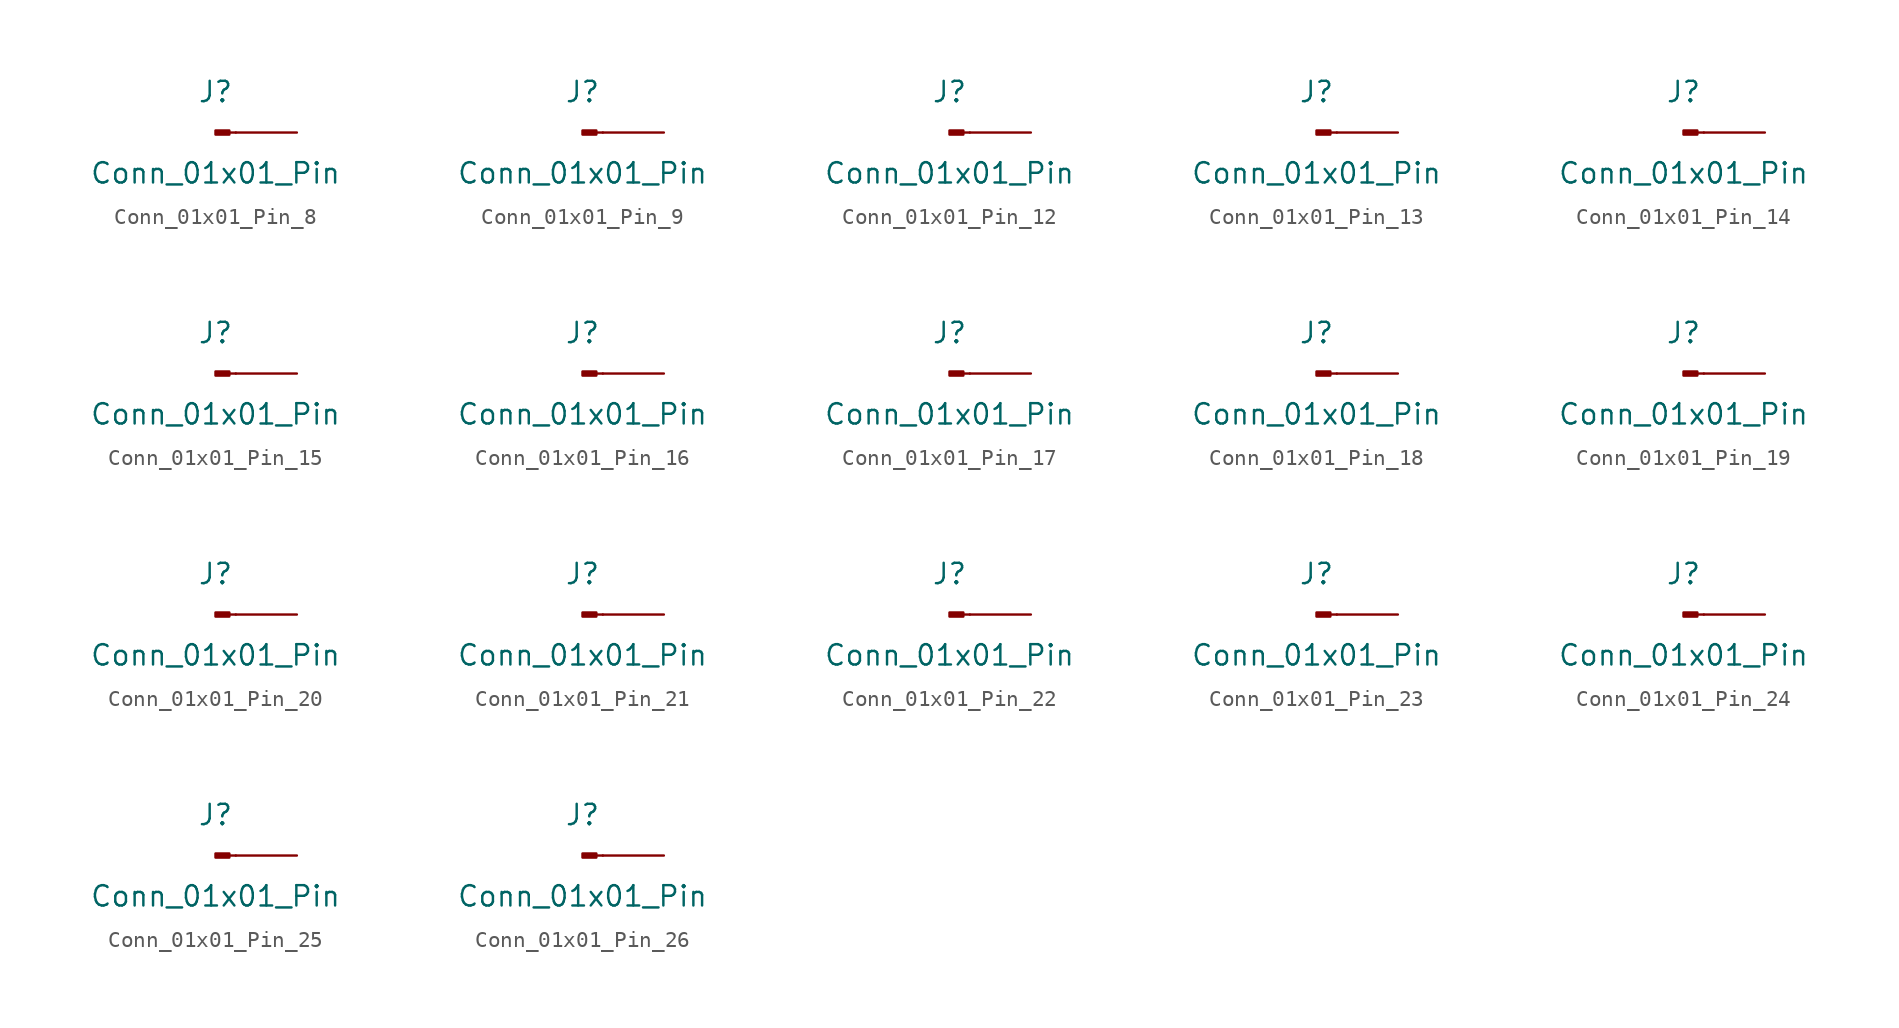
<source format=kicad_sym>
(kicad_symbol_lib
  (version 20231120)
  (generator "kicad_symbol_editor")
  (generator_version "8.0")
  (symbol "Conn_01x01_Pin_8"
    (pin_numbers hide)
    (pin_names
      (offset 1.016) hide)
    (property "Reference" "J"
      (at 0 2.54 0)
      (effects (font (size 1.27 1.27))))
    (property "Value" "Conn_01x01_Pin"
      (at 0 -2.54 0)
      (effects (font (size 1.27 1.27))))
    (property "ki_locked" ""
      (at 0 0 0)
      (effects (font (size 1.27 1.27))))
    (symbol "Conn_01x01_Pin_8_1_1"
      (polyline (pts (xy 1.27 0) (xy 0.864 0)) (stroke (width 0.152) (type default)) (fill (type none)))
      (rectangle (start 0.864 0.127) (end 0 -0.127) (stroke (width 0.152) (type default)) (fill (type outline)))
      (pin passive line (at 5.08 0 180) (length 3.81) (name "Pin_1" (effects (font (size 1.27 1.27)))) (number "1" (effects (font (size 1.27 1.27)))))))
  (symbol "Conn_01x01_Pin_9"
    (pin_numbers hide)
    (pin_names
      (offset 1.016) hide)
    (property "Reference" "J"
      (at 0 2.54 0)
      (effects (font (size 1.27 1.27))))
    (property "Value" "Conn_01x01_Pin"
      (at 0 -2.54 0)
      (effects (font (size 1.27 1.27))))
    (property "ki_locked" ""
      (at 0 0 0)
      (effects (font (size 1.27 1.27))))
    (symbol "Conn_01x01_Pin_9_1_1"
      (polyline (pts (xy 1.27 0) (xy 0.864 0)) (stroke (width 0.152) (type default)) (fill (type none)))
      (rectangle (start 0.864 0.127) (end 0 -0.127) (stroke (width 0.152) (type default)) (fill (type outline)))
      (pin passive line (at 5.08 0 180) (length 3.81) (name "Pin_1" (effects (font (size 1.27 1.27)))) (number "1" (effects (font (size 1.27 1.27)))))))
  (symbol "Conn_01x01_Pin_12"
    (pin_numbers hide)
    (pin_names
      (offset 1.016) hide)
    (property "Reference" "J"
      (at 0 2.54 0)
      (effects (font (size 1.27 1.27))))
    (property "Value" "Conn_01x01_Pin"
      (at 0 -2.54 0)
      (effects (font (size 1.27 1.27))))
    (property "ki_locked" ""
      (at 0 0 0)
      (effects (font (size 1.27 1.27))))
    (symbol "Conn_01x01_Pin_12_1_1"
      (polyline (pts (xy 1.27 0) (xy 0.864 0)) (stroke (width 0.152) (type default)) (fill (type none)))
      (rectangle (start 0.864 0.127) (end 0 -0.127) (stroke (width 0.152) (type default)) (fill (type outline)))
      (pin passive line (at 5.08 0 180) (length 3.81) (name "Pin_1" (effects (font (size 1.27 1.27)))) (number "1" (effects (font (size 1.27 1.27)))))))
  (symbol "Conn_01x01_Pin_13"
    (pin_numbers hide)
    (pin_names
      (offset 1.016) hide)
    (property "Reference" "J"
      (at 0 2.54 0)
      (effects (font (size 1.27 1.27))))
    (property "Value" "Conn_01x01_Pin"
      (at 0 -2.54 0)
      (effects (font (size 1.27 1.27))))
    (property "ki_locked" ""
      (at 0 0 0)
      (effects (font (size 1.27 1.27))))
    (symbol "Conn_01x01_Pin_13_1_1"
      (polyline (pts (xy 1.27 0) (xy 0.864 0)) (stroke (width 0.152) (type default)) (fill (type none)))
      (rectangle (start 0.864 0.127) (end 0 -0.127) (stroke (width 0.152) (type default)) (fill (type outline)))
      (pin passive line (at 5.08 0 180) (length 3.81) (name "Pin_1" (effects (font (size 1.27 1.27)))) (number "1" (effects (font (size 1.27 1.27)))))))
  (symbol "Conn_01x01_Pin_14"
    (pin_numbers hide)
    (pin_names
      (offset 1.016) hide)
    (property "Reference" "J"
      (at 0 2.54 0)
      (effects (font (size 1.27 1.27))))
    (property "Value" "Conn_01x01_Pin"
      (at 0 -2.54 0)
      (effects (font (size 1.27 1.27))))
    (property "ki_locked" ""
      (at 0 0 0)
      (effects (font (size 1.27 1.27))))
    (symbol "Conn_01x01_Pin_14_1_1"
      (polyline (pts (xy 1.27 0) (xy 0.864 0)) (stroke (width 0.152) (type default)) (fill (type none)))
      (rectangle (start 0.864 0.127) (end 0 -0.127) (stroke (width 0.152) (type default)) (fill (type outline)))
      (pin passive line (at 5.08 0 180) (length 3.81) (name "Pin_1" (effects (font (size 1.27 1.27)))) (number "1" (effects (font (size 1.27 1.27)))))))
  (symbol "Conn_01x01_Pin_15"
    (pin_numbers hide)
    (pin_names
      (offset 1.016) hide)
    (property "Reference" "J"
      (at 0 2.54 0)
      (effects (font (size 1.27 1.27))))
    (property "Value" "Conn_01x01_Pin"
      (at 0 -2.54 0)
      (effects (font (size 1.27 1.27))))
    (property "ki_locked" ""
      (at 0 0 0)
      (effects (font (size 1.27 1.27))))
    (symbol "Conn_01x01_Pin_15_1_1"
      (polyline (pts (xy 1.27 0) (xy 0.864 0)) (stroke (width 0.152) (type default)) (fill (type none)))
      (rectangle (start 0.864 0.127) (end 0 -0.127) (stroke (width 0.152) (type default)) (fill (type outline)))
      (pin passive line (at 5.08 0 180) (length 3.81) (name "Pin_1" (effects (font (size 1.27 1.27)))) (number "1" (effects (font (size 1.27 1.27)))))))
  (symbol "Conn_01x01_Pin_16"
    (pin_numbers hide)
    (pin_names
      (offset 1.016) hide)
    (property "Reference" "J"
      (at 0 2.54 0)
      (effects (font (size 1.27 1.27))))
    (property "Value" "Conn_01x01_Pin"
      (at 0 -2.54 0)
      (effects (font (size 1.27 1.27))))
    (property "ki_locked" ""
      (at 0 0 0)
      (effects (font (size 1.27 1.27))))
    (symbol "Conn_01x01_Pin_16_1_1"
      (polyline (pts (xy 1.27 0) (xy 0.864 0)) (stroke (width 0.152) (type default)) (fill (type none)))
      (rectangle (start 0.864 0.127) (end 0 -0.127) (stroke (width 0.152) (type default)) (fill (type outline)))
      (pin passive line (at 5.08 0 180) (length 3.81) (name "Pin_1" (effects (font (size 1.27 1.27)))) (number "1" (effects (font (size 1.27 1.27)))))))
  (symbol "Conn_01x01_Pin_17"
    (pin_numbers hide)
    (pin_names
      (offset 1.016) hide)
    (property "Reference" "J"
      (at 0 2.54 0)
      (effects (font (size 1.27 1.27))))
    (property "Value" "Conn_01x01_Pin"
      (at 0 -2.54 0)
      (effects (font (size 1.27 1.27))))
    (property "ki_locked" ""
      (at 0 0 0)
      (effects (font (size 1.27 1.27))))
    (symbol "Conn_01x01_Pin_17_1_1"
      (polyline (pts (xy 1.27 0) (xy 0.864 0)) (stroke (width 0.152) (type default)) (fill (type none)))
      (rectangle (start 0.864 0.127) (end 0 -0.127) (stroke (width 0.152) (type default)) (fill (type outline)))
      (pin passive line (at 5.08 0 180) (length 3.81) (name "Pin_1" (effects (font (size 1.27 1.27)))) (number "1" (effects (font (size 1.27 1.27)))))))
  (symbol "Conn_01x01_Pin_18"
    (pin_numbers hide)
    (pin_names
      (offset 1.016) hide)
    (property "Reference" "J"
      (at 0 2.54 0)
      (effects (font (size 1.27 1.27))))
    (property "Value" "Conn_01x01_Pin"
      (at 0 -2.54 0)
      (effects (font (size 1.27 1.27))))
    (property "ki_locked" ""
      (at 0 0 0)
      (effects (font (size 1.27 1.27))))
    (symbol "Conn_01x01_Pin_18_1_1"
      (polyline (pts (xy 1.27 0) (xy 0.864 0)) (stroke (width 0.152) (type default)) (fill (type none)))
      (rectangle (start 0.864 0.127) (end 0 -0.127) (stroke (width 0.152) (type default)) (fill (type outline)))
      (pin passive line (at 5.08 0 180) (length 3.81) (name "Pin_1" (effects (font (size 1.27 1.27)))) (number "1" (effects (font (size 1.27 1.27)))))))
  (symbol "Conn_01x01_Pin_19"
    (pin_numbers hide)
    (pin_names
      (offset 1.016) hide)
    (property "Reference" "J"
      (at 0 2.54 0)
      (effects (font (size 1.27 1.27))))
    (property "Value" "Conn_01x01_Pin"
      (at 0 -2.54 0)
      (effects (font (size 1.27 1.27))))
    (property "ki_locked" ""
      (at 0 0 0)
      (effects (font (size 1.27 1.27))))
    (symbol "Conn_01x01_Pin_19_1_1"
      (polyline (pts (xy 1.27 0) (xy 0.864 0)) (stroke (width 0.152) (type default)) (fill (type none)))
      (rectangle (start 0.864 0.127) (end 0 -0.127) (stroke (width 0.152) (type default)) (fill (type outline)))
      (pin passive line (at 5.08 0 180) (length 3.81) (name "Pin_1" (effects (font (size 1.27 1.27)))) (number "1" (effects (font (size 1.27 1.27)))))))
  (symbol "Conn_01x01_Pin_20"
    (pin_numbers hide)
    (pin_names
      (offset 1.016) hide)
    (property "Reference" "J"
      (at 0 2.54 0)
      (effects (font (size 1.27 1.27))))
    (property "Value" "Conn_01x01_Pin"
      (at 0 -2.54 0)
      (effects (font (size 1.27 1.27))))
    (property "ki_locked" ""
      (at 0 0 0)
      (effects (font (size 1.27 1.27))))
    (symbol "Conn_01x01_Pin_20_1_1"
      (polyline (pts (xy 1.27 0) (xy 0.864 0)) (stroke (width 0.152) (type default)) (fill (type none)))
      (rectangle (start 0.864 0.127) (end 0 -0.127) (stroke (width 0.152) (type default)) (fill (type outline)))
      (pin passive line (at 5.08 0 180) (length 3.81) (name "Pin_1" (effects (font (size 1.27 1.27)))) (number "1" (effects (font (size 1.27 1.27)))))))
  (symbol "Conn_01x01_Pin_21"
    (pin_numbers hide)
    (pin_names
      (offset 1.016) hide)
    (property "Reference" "J"
      (at 0 2.54 0)
      (effects (font (size 1.27 1.27))))
    (property "Value" "Conn_01x01_Pin"
      (at 0 -2.54 0)
      (effects (font (size 1.27 1.27))))
    (property "ki_locked" ""
      (at 0 0 0)
      (effects (font (size 1.27 1.27))))
    (symbol "Conn_01x01_Pin_21_1_1"
      (polyline (pts (xy 1.27 0) (xy 0.864 0)) (stroke (width 0.152) (type default)) (fill (type none)))
      (rectangle (start 0.864 0.127) (end 0 -0.127) (stroke (width 0.152) (type default)) (fill (type outline)))
      (pin passive line (at 5.08 0 180) (length 3.81) (name "Pin_1" (effects (font (size 1.27 1.27)))) (number "1" (effects (font (size 1.27 1.27)))))))
  (symbol "Conn_01x01_Pin_22"
    (pin_numbers hide)
    (pin_names
      (offset 1.016) hide)
    (property "Reference" "J"
      (at 0 2.54 0)
      (effects (font (size 1.27 1.27))))
    (property "Value" "Conn_01x01_Pin"
      (at 0 -2.54 0)
      (effects (font (size 1.27 1.27))))
    (property "ki_locked" ""
      (at 0 0 0)
      (effects (font (size 1.27 1.27))))
    (symbol "Conn_01x01_Pin_22_1_1"
      (polyline (pts (xy 1.27 0) (xy 0.864 0)) (stroke (width 0.152) (type default)) (fill (type none)))
      (rectangle (start 0.864 0.127) (end 0 -0.127) (stroke (width 0.152) (type default)) (fill (type outline)))
      (pin passive line (at 5.08 0 180) (length 3.81) (name "Pin_1" (effects (font (size 1.27 1.27)))) (number "1" (effects (font (size 1.27 1.27)))))))
  (symbol "Conn_01x01_Pin_23"
    (pin_numbers hide)
    (pin_names
      (offset 1.016) hide)
    (property "Reference" "J"
      (at 0 2.54 0)
      (effects (font (size 1.27 1.27))))
    (property "Value" "Conn_01x01_Pin"
      (at 0 -2.54 0)
      (effects (font (size 1.27 1.27))))
    (property "ki_locked" ""
      (at 0 0 0)
      (effects (font (size 1.27 1.27))))
    (symbol "Conn_01x01_Pin_23_1_1"
      (polyline (pts (xy 1.27 0) (xy 0.864 0)) (stroke (width 0.152) (type default)) (fill (type none)))
      (rectangle (start 0.864 0.127) (end 0 -0.127) (stroke (width 0.152) (type default)) (fill (type outline)))
      (pin passive line (at 5.08 0 180) (length 3.81) (name "Pin_1" (effects (font (size 1.27 1.27)))) (number "1" (effects (font (size 1.27 1.27)))))))
  (symbol "Conn_01x01_Pin_24"
    (pin_numbers hide)
    (pin_names
      (offset 1.016) hide)
    (property "Reference" "J"
      (at 0 2.54 0)
      (effects (font (size 1.27 1.27))))
    (property "Value" "Conn_01x01_Pin"
      (at 0 -2.54 0)
      (effects (font (size 1.27 1.27))))
    (property "ki_locked" ""
      (at 0 0 0)
      (effects (font (size 1.27 1.27))))
    (symbol "Conn_01x01_Pin_24_1_1"
      (polyline (pts (xy 1.27 0) (xy 0.864 0)) (stroke (width 0.152) (type default)) (fill (type none)))
      (rectangle (start 0.864 0.127) (end 0 -0.127) (stroke (width 0.152) (type default)) (fill (type outline)))
      (pin passive line (at 5.08 0 180) (length 3.81) (name "Pin_1" (effects (font (size 1.27 1.27)))) (number "1" (effects (font (size 1.27 1.27)))))))
  (symbol "Conn_01x01_Pin_25"
    (pin_numbers hide)
    (pin_names
      (offset 1.016) hide)
    (property "Reference" "J"
      (at 0 2.54 0)
      (effects (font (size 1.27 1.27))))
    (property "Value" "Conn_01x01_Pin"
      (at 0 -2.54 0)
      (effects (font (size 1.27 1.27))))
    (property "ki_locked" ""
      (at 0 0 0)
      (effects (font (size 1.27 1.27))))
    (symbol "Conn_01x01_Pin_25_1_1"
      (polyline (pts (xy 1.27 0) (xy 0.864 0)) (stroke (width 0.152) (type default)) (fill (type none)))
      (rectangle (start 0.864 0.127) (end 0 -0.127) (stroke (width 0.152) (type default)) (fill (type outline)))
      (pin passive line (at 5.08 0 180) (length 3.81) (name "Pin_1" (effects (font (size 1.27 1.27)))) (number "1" (effects (font (size 1.27 1.27)))))))
  (symbol "Conn_01x01_Pin_26"
    (pin_numbers hide)
    (pin_names
      (offset 1.016) hide)
    (property "Reference" "J"
      (at 0 2.54 0)
      (effects (font (size 1.27 1.27))))
    (property "Value" "Conn_01x01_Pin"
      (at 0 -2.54 0)
      (effects (font (size 1.27 1.27))))
    (property "ki_locked" ""
      (at 0 0 0)
      (effects (font (size 1.27 1.27))))
    (symbol "Conn_01x01_Pin_26_1_1"
      (polyline (pts (xy 1.27 0) (xy 0.864 0)) (stroke (width 0.152) (type default)) (fill (type none)))
      (rectangle (start 0.864 0.127) (end 0 -0.127) (stroke (width 0.152) (type default)) (fill (type outline)))
      (pin passive line (at 5.08 0 180) (length 3.81) (name "Pin_1" (effects (font (size 1.27 1.27)))) (number "1" (effects (font (size 1.27 1.27))))))))
</source>
